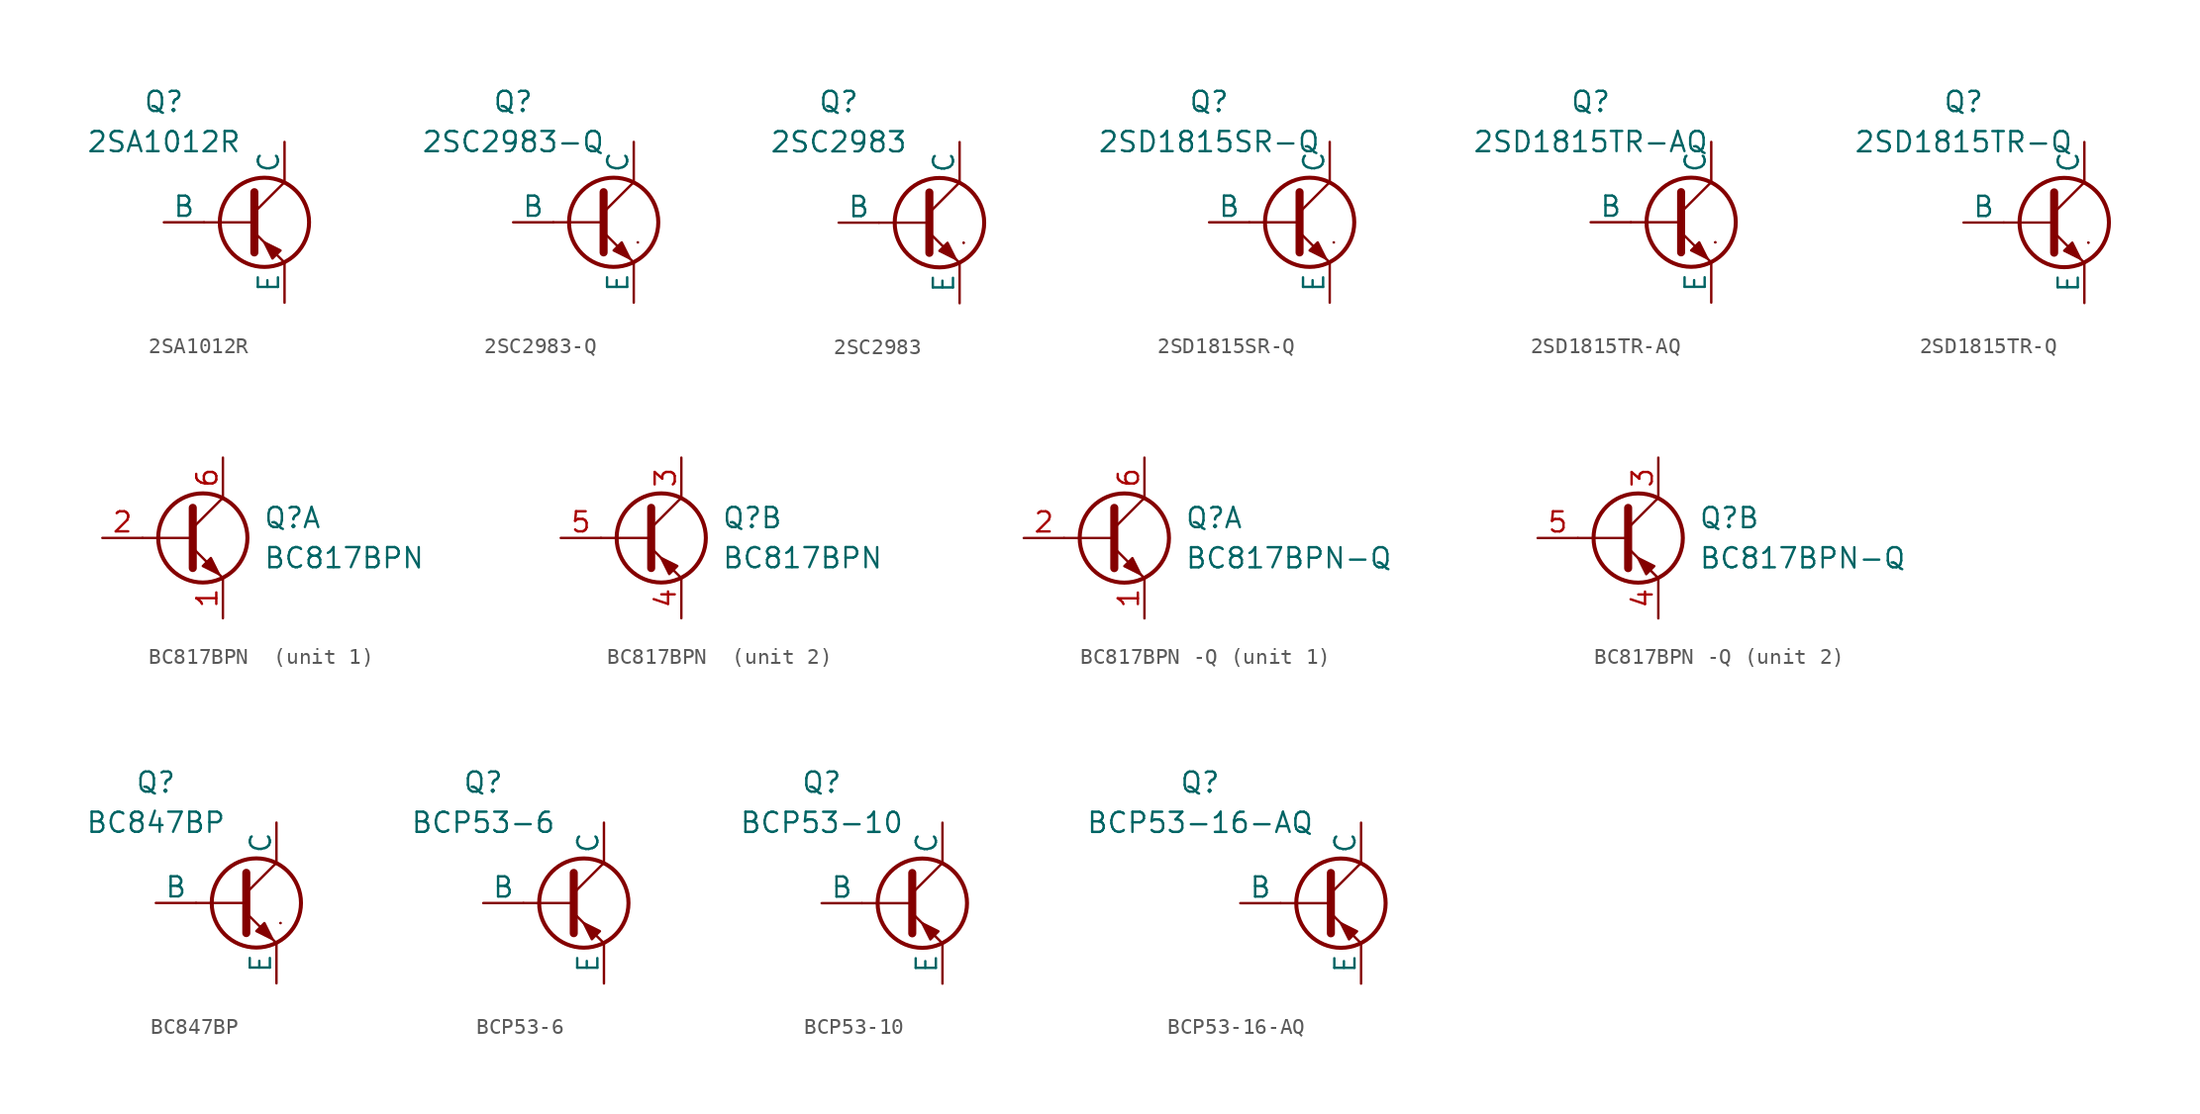
<source format=kicad_sym>
(kicad_symbol_lib
  (version 20241209)
  (generator "kicad_symbol_editor")
  (generator_version "9.0")
  (symbol "2SA1012R"
    (pin_numbers
      (hide yes))
    (pin_names
      (offset 0))
    (property "Reference" "Q"
      (at -5.08 7.62 0)
      (effects (font (size 1.27 1.27))))
    (property "Value" "2SA1012R"
      (at -5.08 5.08 0)
      (effects (font (size 1.27 1.27))))
    (symbol "2SA1012R_0_1"
      (polyline (pts (xy -2.54 0) (xy 0.635 0)) (stroke (width 0.152) (type default)) (fill (type none)))
      (polyline (pts (xy 0.635 1.905) (xy 0.635 -1.905) (xy 0.635 -1.905)) (stroke (width 0.508) (type default)) (fill (type none)))
      (polyline (pts (xy 0.635 0.635) (xy 2.54 2.54)) (stroke (width 0) (type default)) (fill (type none)))
      (polyline (pts (xy 0.635 -0.635) (xy 2.54 -2.54) (xy 2.54 -2.54)) (stroke (width 0) (type default)) (fill (type none)))
      (circle (center 1.27 0) (radius 2.819) (stroke (width 0.254) (type default)) (fill (type none)))
      (polyline (pts (xy 2.286 -1.778) (xy 1.778 -2.286) (xy 1.27 -1.27) (xy 2.286 -1.778) (xy 2.286 -1.778)) (stroke (width 0) (type default)) (fill (type outline))))
    (symbol "2SA1012R_1_1"
      (pin input line (at -5.08 0 0) (length 2.54) (name "B" (effects (font (size 1.27 1.27)))) (number "1" (effects (font (size 1.27 1.27)))))
      (pin open_collector line (at 2.54 5.08 270) (length 2.54) (name "C" (effects (font (size 1.27 1.27)))) (number "2" (effects (font (size 1.27 1.27)))))
      (pin open_emitter line (at 2.54 -5.08 90) (length 2.54) (name "E" (effects (font (size 1.27 1.27)))) (number "3" (effects (font (size 1.27 1.27)))))))
  (symbol "2SC2983-Q"
    (pin_numbers
      (hide yes))
    (pin_names
      (offset 0))
    (property "Reference" "Q"
      (at -5.08 7.62 0)
      (effects (font (size 1.27 1.27))))
    (property "Value" "2SC2983-Q"
      (at -5.08 5.08 0)
      (effects (font (size 1.27 1.27))))
    (symbol "2SC2983-Q_0_1"
      (polyline (pts (xy -2.54 0) (xy 0.635 0)) (stroke (width 0.152) (type default)) (fill (type none)))
      (polyline (pts (xy 0.635 1.905) (xy 0.635 -1.905) (xy 0.635 -1.905)) (stroke (width 0.508) (type default)) (fill (type none)))
      (polyline (pts (xy 0.635 0.635) (xy 2.54 2.54)) (stroke (width 0) (type default)) (fill (type none)))
      (polyline (pts (xy 0.635 -0.635) (xy 2.54 -2.54) (xy 2.54 -2.54)) (stroke (width 0) (type default)) (fill (type none)))
      (circle (center 1.27 0) (radius 2.819) (stroke (width 0.254) (type default)) (fill (type none)))
      (polyline (pts (xy 1.27 -1.778) (xy 1.778 -1.27) (xy 2.286 -2.286) (xy 1.27 -1.778) (xy 1.27 -1.778)) (stroke (width 0) (type default)) (fill (type outline)))
      (polyline (pts (xy 2.794 -1.27) (xy 2.794 -1.27)) (stroke (width 0.152) (type default)) (fill (type none)))
      (polyline (pts (xy 2.794 -1.27) (xy 2.794 -1.27)) (stroke (width 0.152) (type default)) (fill (type none))))
    (symbol "2SC2983-Q_1_1"
      (pin input line (at -5.08 0 0) (length 2.54) (name "B" (effects (font (size 1.27 1.27)))) (number "1" (effects (font (size 1.27 1.27)))))
      (pin open_collector line (at 2.54 5.08 270) (length 2.54) (name "C" (effects (font (size 1.27 1.27)))) (number "2" (effects (font (size 1.27 1.27)))))
      (pin open_emitter line (at 2.54 -5.08 90) (length 2.54) (name "E" (effects (font (size 1.27 1.27)))) (number "3" (effects (font (size 1.27 1.27)))))))
  (symbol "2SC2983"
    (pin_numbers
      (hide yes))
    (pin_names
      (offset 0))
    (property "Reference" "Q"
      (at -5.08 7.62 0)
      (effects (font (size 1.27 1.27))))
    (property "Value" "2SC2983"
      (at -5.08 5.08 0)
      (effects (font (size 1.27 1.27))))
    (symbol "2SC2983_0_1"
      (polyline (pts (xy -2.54 0) (xy 0.635 0)) (stroke (width 0.152) (type default)) (fill (type none)))
      (polyline (pts (xy 0.635 1.905) (xy 0.635 -1.905) (xy 0.635 -1.905)) (stroke (width 0.508) (type default)) (fill (type none)))
      (polyline (pts (xy 0.635 0.635) (xy 2.54 2.54)) (stroke (width 0) (type default)) (fill (type none)))
      (polyline (pts (xy 0.635 -0.635) (xy 2.54 -2.54) (xy 2.54 -2.54)) (stroke (width 0) (type default)) (fill (type none)))
      (circle (center 1.27 0) (radius 2.819) (stroke (width 0.254) (type default)) (fill (type none)))
      (polyline (pts (xy 1.27 -1.778) (xy 1.778 -1.27) (xy 2.286 -2.286) (xy 1.27 -1.778) (xy 1.27 -1.778)) (stroke (width 0) (type default)) (fill (type outline)))
      (polyline (pts (xy 2.794 -1.27) (xy 2.794 -1.27)) (stroke (width 0.152) (type default)) (fill (type none)))
      (polyline (pts (xy 2.794 -1.27) (xy 2.794 -1.27)) (stroke (width 0.152) (type default)) (fill (type none))))
    (symbol "2SC2983_1_1"
      (pin input line (at -5.08 0 0) (length 2.54) (name "B" (effects (font (size 1.27 1.27)))) (number "1" (effects (font (size 1.27 1.27)))))
      (pin open_collector line (at 2.54 5.08 270) (length 2.54) (name "C" (effects (font (size 1.27 1.27)))) (number "2" (effects (font (size 1.27 1.27)))))
      (pin open_emitter line (at 2.54 -5.08 90) (length 2.54) (name "E" (effects (font (size 1.27 1.27)))) (number "3" (effects (font (size 1.27 1.27)))))))
  (symbol "2SD1815SR-Q"
    (pin_numbers
      (hide yes))
    (pin_names
      (offset 0))
    (property "Reference" "Q"
      (at -5.08 7.62 0)
      (effects (font (size 1.27 1.27))))
    (property "Value" "2SD1815SR-Q"
      (at -5.08 5.08 0)
      (effects (font (size 1.27 1.27))))
    (symbol "2SD1815SR-Q_0_1"
      (polyline (pts (xy -2.54 0) (xy 0.635 0)) (stroke (width 0.152) (type default)) (fill (type none)))
      (polyline (pts (xy 0.635 1.905) (xy 0.635 -1.905) (xy 0.635 -1.905)) (stroke (width 0.508) (type default)) (fill (type none)))
      (polyline (pts (xy 0.635 0.635) (xy 2.54 2.54)) (stroke (width 0) (type default)) (fill (type none)))
      (polyline (pts (xy 0.635 -0.635) (xy 2.54 -2.54) (xy 2.54 -2.54)) (stroke (width 0) (type default)) (fill (type none)))
      (circle (center 1.27 0) (radius 2.819) (stroke (width 0.254) (type default)) (fill (type none)))
      (polyline (pts (xy 1.27 -1.778) (xy 1.778 -1.27) (xy 2.286 -2.286) (xy 1.27 -1.778) (xy 1.27 -1.778)) (stroke (width 0) (type default)) (fill (type outline)))
      (polyline (pts (xy 2.794 -1.27) (xy 2.794 -1.27)) (stroke (width 0.152) (type default)) (fill (type none)))
      (polyline (pts (xy 2.794 -1.27) (xy 2.794 -1.27)) (stroke (width 0.152) (type default)) (fill (type none))))
    (symbol "2SD1815SR-Q_1_1"
      (pin input line (at -5.08 0 0) (length 2.54) (name "B" (effects (font (size 1.27 1.27)))) (number "1" (effects (font (size 1.27 1.27)))))
      (pin open_collector line (at 2.54 5.08 270) (length 2.54) (name "C" (effects (font (size 1.27 1.27)))) (number "2" (effects (font (size 1.27 1.27)))))
      (pin open_emitter line (at 2.54 -5.08 90) (length 2.54) (name "E" (effects (font (size 1.27 1.27)))) (number "3" (effects (font (size 1.27 1.27)))))))
  (symbol " 2SD1815TR-AQ "
    (pin_numbers
      (hide yes))
    (pin_names
      (offset 0))
    (property "Reference" "Q"
      (at -5.08 7.62 0)
      (effects (font (size 1.27 1.27))))
    (property "Value" "2SD1815TR-AQ"
      (at -5.08 5.08 0)
      (effects (font (size 1.27 1.27))))
    (symbol " 2SD1815TR-AQ _0_1"
      (polyline (pts (xy -2.54 0) (xy 0.635 0)) (stroke (width 0.152) (type default)) (fill (type none)))
      (polyline (pts (xy 0.635 1.905) (xy 0.635 -1.905) (xy 0.635 -1.905)) (stroke (width 0.508) (type default)) (fill (type none)))
      (polyline (pts (xy 0.635 0.635) (xy 2.54 2.54)) (stroke (width 0) (type default)) (fill (type none)))
      (polyline (pts (xy 0.635 -0.635) (xy 2.54 -2.54) (xy 2.54 -2.54)) (stroke (width 0) (type default)) (fill (type none)))
      (circle (center 1.27 0) (radius 2.819) (stroke (width 0.254) (type default)) (fill (type none)))
      (polyline (pts (xy 1.27 -1.778) (xy 1.778 -1.27) (xy 2.286 -2.286) (xy 1.27 -1.778) (xy 1.27 -1.778)) (stroke (width 0) (type default)) (fill (type outline)))
      (polyline (pts (xy 2.794 -1.27) (xy 2.794 -1.27)) (stroke (width 0.152) (type default)) (fill (type none)))
      (polyline (pts (xy 2.794 -1.27) (xy 2.794 -1.27)) (stroke (width 0.152) (type default)) (fill (type none))))
    (symbol " 2SD1815TR-AQ _1_1"
      (pin input line (at -5.08 0 0) (length 2.54) (name "B" (effects (font (size 1.27 1.27)))) (number "1" (effects (font (size 1.27 1.27)))))
      (pin open_collector line (at 2.54 5.08 270) (length 2.54) (name "C" (effects (font (size 1.27 1.27)))) (number "2" (effects (font (size 1.27 1.27)))))
      (pin open_emitter line (at 2.54 -5.08 90) (length 2.54) (name "E" (effects (font (size 1.27 1.27)))) (number "3" (effects (font (size 1.27 1.27)))))))
  (symbol " 2SD1815TR-Q"
    (pin_numbers
      (hide yes))
    (pin_names
      (offset 0))
    (property "Reference" "Q"
      (at -5.08 7.62 0)
      (effects (font (size 1.27 1.27))))
    (property "Value" "2SD1815TR-Q"
      (at -5.08 5.08 0)
      (effects (font (size 1.27 1.27))))
    (symbol " 2SD1815TR-Q_0_1"
      (polyline (pts (xy -2.54 0) (xy 0.635 0)) (stroke (width 0.152) (type default)) (fill (type none)))
      (polyline (pts (xy 0.635 1.905) (xy 0.635 -1.905) (xy 0.635 -1.905)) (stroke (width 0.508) (type default)) (fill (type none)))
      (polyline (pts (xy 0.635 0.635) (xy 2.54 2.54)) (stroke (width 0) (type default)) (fill (type none)))
      (polyline (pts (xy 0.635 -0.635) (xy 2.54 -2.54) (xy 2.54 -2.54)) (stroke (width 0) (type default)) (fill (type none)))
      (circle (center 1.27 0) (radius 2.819) (stroke (width 0.254) (type default)) (fill (type none)))
      (polyline (pts (xy 1.27 -1.778) (xy 1.778 -1.27) (xy 2.286 -2.286) (xy 1.27 -1.778) (xy 1.27 -1.778)) (stroke (width 0) (type default)) (fill (type outline)))
      (polyline (pts (xy 2.794 -1.27) (xy 2.794 -1.27)) (stroke (width 0.152) (type default)) (fill (type none)))
      (polyline (pts (xy 2.794 -1.27) (xy 2.794 -1.27)) (stroke (width 0.152) (type default)) (fill (type none))))
    (symbol " 2SD1815TR-Q_1_1"
      (pin input line (at -5.08 0 0) (length 2.54) (name "B" (effects (font (size 1.27 1.27)))) (number "1" (effects (font (size 1.27 1.27)))))
      (pin open_collector line (at 2.54 5.08 270) (length 2.54) (name "C" (effects (font (size 1.27 1.27)))) (number "2" (effects (font (size 1.27 1.27)))))
      (pin open_emitter line (at 2.54 -5.08 90) (length 2.54) (name "E" (effects (font (size 1.27 1.27)))) (number "3" (effects (font (size 1.27 1.27)))))))
  (symbol "BC817BPN "
    (pin_names
      (offset 0)
      (hide yes))
    (property "Reference" "Q"
      (at 5.08 1.27 0)
      (effects (font (size 1.27 1.27)) (justify left)))
    (property "Value" "BC817BPN"
      (at 5.08 -1.27 0)
      (effects (font (size 1.27 1.27)) (justify left)))
    (property "ki_locked" ""
      (at 0 0 0)
      (effects (font (size 1.27 1.27))))
    (symbol "BC817BPN _0_1"
      (polyline (pts (xy 0.635 1.905) (xy 0.635 -1.905)) (stroke (width 0.508) (type default)) (fill (type none)))
      (polyline (pts (xy 0.635 0.635) (xy 2.54 2.54)) (stroke (width 0) (type default)) (fill (type none)))
      (polyline (pts (xy 0.635 0) (xy -2.54 0)) (stroke (width 0) (type default)) (fill (type none)))
      (polyline (pts (xy 0.635 -0.635) (xy 2.54 -2.54)) (stroke (width 0) (type default)) (fill (type none)))
      (circle (center 1.27 0) (radius 2.819) (stroke (width 0.254) (type default)) (fill (type none))))
    (symbol "BC817BPN _1_1"
      (polyline (pts (xy 1.27 -1.778) (xy 1.778 -1.27) (xy 2.286 -2.286) (xy 1.27 -1.778)) (stroke (width 0) (type default)) (fill (type outline)))
      (pin input line (at -5.08 0 0) (length 2.54) (name "B1" (effects (font (size 1.27 1.27)))) (number "2" (effects (font (size 1.27 1.27)))))
      (pin passive line (at 2.54 5.08 270) (length 2.54) (name "C1" (effects (font (size 1.27 1.27)))) (number "6" (effects (font (size 1.27 1.27)))))
      (pin passive line (at 2.54 -5.08 90) (length 2.54) (name "E1" (effects (font (size 1.27 1.27)))) (number "1" (effects (font (size 1.27 1.27))))))
    (symbol "BC817BPN _2_1"
      (polyline (pts (xy 2.286 -1.778) (xy 1.778 -2.286) (xy 1.27 -1.27) (xy 2.286 -1.778)) (stroke (width 0) (type default)) (fill (type outline)))
      (pin input line (at -5.08 0 0) (length 2.54) (name "B2" (effects (font (size 1.27 1.27)))) (number "5" (effects (font (size 1.27 1.27)))))
      (pin passive line (at 2.54 5.08 270) (length 2.54) (name "C2" (effects (font (size 1.27 1.27)))) (number "3" (effects (font (size 1.27 1.27)))))
      (pin passive line (at 2.54 -5.08 90) (length 2.54) (name "E2" (effects (font (size 1.27 1.27)))) (number "4" (effects (font (size 1.27 1.27)))))))
  (symbol "BC817BPN -Q"
    (pin_names
      (offset 0)
      (hide yes))
    (property "Reference" "Q"
      (at 5.08 1.27 0)
      (effects (font (size 1.27 1.27)) (justify left)))
    (property "Value" "BC817BPN-Q"
      (at 5.08 -1.27 0)
      (effects (font (size 1.27 1.27)) (justify left)))
    (property "ki_locked" ""
      (at 0 0 0)
      (effects (font (size 1.27 1.27))))
    (symbol "BC817BPN -Q_0_1"
      (polyline (pts (xy 0.635 1.905) (xy 0.635 -1.905)) (stroke (width 0.508) (type default)) (fill (type none)))
      (polyline (pts (xy 0.635 0.635) (xy 2.54 2.54)) (stroke (width 0) (type default)) (fill (type none)))
      (polyline (pts (xy 0.635 0) (xy -2.54 0)) (stroke (width 0) (type default)) (fill (type none)))
      (polyline (pts (xy 0.635 -0.635) (xy 2.54 -2.54)) (stroke (width 0) (type default)) (fill (type none)))
      (circle (center 1.27 0) (radius 2.819) (stroke (width 0.254) (type default)) (fill (type none))))
    (symbol "BC817BPN -Q_1_1"
      (polyline (pts (xy 1.27 -1.778) (xy 1.778 -1.27) (xy 2.286 -2.286) (xy 1.27 -1.778)) (stroke (width 0) (type default)) (fill (type outline)))
      (pin input line (at -5.08 0 0) (length 2.54) (name "B1" (effects (font (size 1.27 1.27)))) (number "2" (effects (font (size 1.27 1.27)))))
      (pin passive line (at 2.54 5.08 270) (length 2.54) (name "C1" (effects (font (size 1.27 1.27)))) (number "6" (effects (font (size 1.27 1.27)))))
      (pin passive line (at 2.54 -5.08 90) (length 2.54) (name "E1" (effects (font (size 1.27 1.27)))) (number "1" (effects (font (size 1.27 1.27))))))
    (symbol "BC817BPN -Q_2_1"
      (polyline (pts (xy 2.286 -1.778) (xy 1.778 -2.286) (xy 1.27 -1.27) (xy 2.286 -1.778)) (stroke (width 0) (type default)) (fill (type outline)))
      (pin input line (at -5.08 0 0) (length 2.54) (name "B2" (effects (font (size 1.27 1.27)))) (number "5" (effects (font (size 1.27 1.27)))))
      (pin passive line (at 2.54 5.08 270) (length 2.54) (name "C2" (effects (font (size 1.27 1.27)))) (number "3" (effects (font (size 1.27 1.27)))))
      (pin passive line (at 2.54 -5.08 90) (length 2.54) (name "E2" (effects (font (size 1.27 1.27)))) (number "4" (effects (font (size 1.27 1.27)))))))
  (symbol "BC847BP"
    (pin_numbers
      (hide yes))
    (pin_names
      (offset 0))
    (property "Reference" "Q"
      (at -5.08 7.62 0)
      (effects (font (size 1.27 1.27))))
    (property "Value" "BC847BP"
      (at -5.08 5.08 0)
      (effects (font (size 1.27 1.27))))
    (symbol "BC847BP_0_1"
      (polyline (pts (xy -2.54 0) (xy 0.635 0)) (stroke (width 0.152) (type default)) (fill (type none)))
      (polyline (pts (xy 0.635 1.905) (xy 0.635 -1.905) (xy 0.635 -1.905)) (stroke (width 0.508) (type default)) (fill (type none)))
      (polyline (pts (xy 0.635 0.635) (xy 2.54 2.54)) (stroke (width 0) (type default)) (fill (type none)))
      (polyline (pts (xy 0.635 -0.635) (xy 2.54 -2.54) (xy 2.54 -2.54)) (stroke (width 0) (type default)) (fill (type none)))
      (circle (center 1.27 0) (radius 2.819) (stroke (width 0.254) (type default)) (fill (type none)))
      (polyline (pts (xy 1.27 -1.778) (xy 1.778 -1.27) (xy 2.286 -2.286) (xy 1.27 -1.778) (xy 1.27 -1.778)) (stroke (width 0) (type default)) (fill (type outline)))
      (polyline (pts (xy 2.794 -1.27) (xy 2.794 -1.27)) (stroke (width 0.152) (type default)) (fill (type none)))
      (polyline (pts (xy 2.794 -1.27) (xy 2.794 -1.27)) (stroke (width 0.152) (type default)) (fill (type none))))
    (symbol "BC847BP_1_1"
      (pin input line (at -5.08 0 0) (length 2.54) (name "B" (effects (font (size 1.27 1.27)))) (number "1" (effects (font (size 1.27 1.27)))))
      (pin open_collector line (at 2.54 5.08 270) (length 2.54) (name "C" (effects (font (size 1.27 1.27)))) (number "3" (effects (font (size 1.27 1.27)))))
      (pin open_emitter line (at 2.54 -5.08 90) (length 2.54) (name "E" (effects (font (size 1.27 1.27)))) (number "2" (effects (font (size 1.27 1.27)))))))
  (symbol "BCP53-6"
    (pin_numbers
      (hide yes))
    (pin_names
      (offset 0))
    (property "Reference" "Q"
      (at -5.08 7.62 0)
      (effects (font (size 1.27 1.27))))
    (property "Value" "BCP53-6"
      (at -5.08 5.08 0)
      (effects (font (size 1.27 1.27))))
    (symbol "BCP53-6_0_1"
      (polyline (pts (xy -2.54 0) (xy 0.635 0)) (stroke (width 0.152) (type default)) (fill (type none)))
      (polyline (pts (xy 0.635 1.905) (xy 0.635 -1.905) (xy 0.635 -1.905)) (stroke (width 0.508) (type default)) (fill (type none)))
      (polyline (pts (xy 0.635 0.635) (xy 2.54 2.54)) (stroke (width 0) (type default)) (fill (type none)))
      (polyline (pts (xy 0.635 -0.635) (xy 2.54 -2.54) (xy 2.54 -2.54)) (stroke (width 0) (type default)) (fill (type none)))
      (circle (center 1.27 0) (radius 2.819) (stroke (width 0.254) (type default)) (fill (type none)))
      (polyline (pts (xy 2.286 -1.778) (xy 1.778 -2.286) (xy 1.27 -1.27) (xy 2.286 -1.778) (xy 2.286 -1.778)) (stroke (width 0) (type default)) (fill (type outline))))
    (symbol "BCP53-6_1_1"
      (pin input line (at -5.08 0 0) (length 2.54) (name "B" (effects (font (size 1.27 1.27)))) (number "1" (effects (font (size 1.27 1.27)))))
      (pin open_collector line (at 2.54 5.08 270) (length 2.54) (name "C" (effects (font (size 1.27 1.27)))) (number "2" (effects (font (size 1.27 1.27)))))
      (pin open_emitter line (at 2.54 -5.08 90) (length 2.54) (name "E" (effects (font (size 1.27 1.27)))) (number "3" (effects (font (size 1.27 1.27)))))))
  (symbol "BCP53-10"
    (pin_numbers
      (hide yes))
    (pin_names
      (offset 0))
    (property "Reference" "Q"
      (at -5.08 7.62 0)
      (effects (font (size 1.27 1.27))))
    (property "Value" "BCP53-10"
      (at -5.08 5.08 0)
      (effects (font (size 1.27 1.27))))
    (symbol "BCP53-10_0_1"
      (polyline (pts (xy -2.54 0) (xy 0.635 0)) (stroke (width 0.152) (type default)) (fill (type none)))
      (polyline (pts (xy 0.635 1.905) (xy 0.635 -1.905) (xy 0.635 -1.905)) (stroke (width 0.508) (type default)) (fill (type none)))
      (polyline (pts (xy 0.635 0.635) (xy 2.54 2.54)) (stroke (width 0) (type default)) (fill (type none)))
      (polyline (pts (xy 0.635 -0.635) (xy 2.54 -2.54) (xy 2.54 -2.54)) (stroke (width 0) (type default)) (fill (type none)))
      (circle (center 1.27 0) (radius 2.819) (stroke (width 0.254) (type default)) (fill (type none)))
      (polyline (pts (xy 2.286 -1.778) (xy 1.778 -2.286) (xy 1.27 -1.27) (xy 2.286 -1.778) (xy 2.286 -1.778)) (stroke (width 0) (type default)) (fill (type outline))))
    (symbol "BCP53-10_1_1"
      (pin input line (at -5.08 0 0) (length 2.54) (name "B" (effects (font (size 1.27 1.27)))) (number "1" (effects (font (size 1.27 1.27)))))
      (pin open_collector line (at 2.54 5.08 270) (length 2.54) (name "C" (effects (font (size 1.27 1.27)))) (number "2" (effects (font (size 1.27 1.27)))))
      (pin open_emitter line (at 2.54 -5.08 90) (length 2.54) (name "E" (effects (font (size 1.27 1.27)))) (number "3" (effects (font (size 1.27 1.27)))))))
  (symbol "BCP53-16-AQ"
    (pin_numbers
      (hide yes))
    (pin_names
      (offset 0))
    (property "Reference" "Q"
      (at -7.62 7.62 0)
      (effects (font (size 1.27 1.27))))
    (property "Value" "BCP53-16-AQ"
      (at -7.62 5.08 0)
      (effects (font (size 1.27 1.27))))
    (symbol "BCP53-16-AQ_0_1"
      (polyline (pts (xy -2.54 0) (xy 0.635 0)) (stroke (width 0.152) (type default)) (fill (type none)))
      (polyline (pts (xy 0.635 1.905) (xy 0.635 -1.905) (xy 0.635 -1.905)) (stroke (width 0.508) (type default)) (fill (type none)))
      (polyline (pts (xy 0.635 0.635) (xy 2.54 2.54)) (stroke (width 0) (type default)) (fill (type none)))
      (polyline (pts (xy 0.635 -0.635) (xy 2.54 -2.54) (xy 2.54 -2.54)) (stroke (width 0) (type default)) (fill (type none)))
      (circle (center 1.27 0) (radius 2.819) (stroke (width 0.254) (type default)) (fill (type none)))
      (polyline (pts (xy 2.286 -1.778) (xy 1.778 -2.286) (xy 1.27 -1.27) (xy 2.286 -1.778) (xy 2.286 -1.778)) (stroke (width 0) (type default)) (fill (type outline))))
    (symbol "BCP53-16-AQ_1_1"
      (pin input line (at -5.08 0 0) (length 2.54) (name "B" (effects (font (size 1.27 1.27)))) (number "1" (effects (font (size 1.27 1.27)))))
      (pin open_collector line (at 2.54 5.08 270) (length 2.54) (name "C" (effects (font (size 1.27 1.27)))) (number "2" (effects (font (size 1.27 1.27)))))
      (pin open_emitter line (at 2.54 -5.08 90) (length 2.54) (name "E" (effects (font (size 1.27 1.27)))) (number "3" (effects (font (size 1.27 1.27))))))))
</source>
